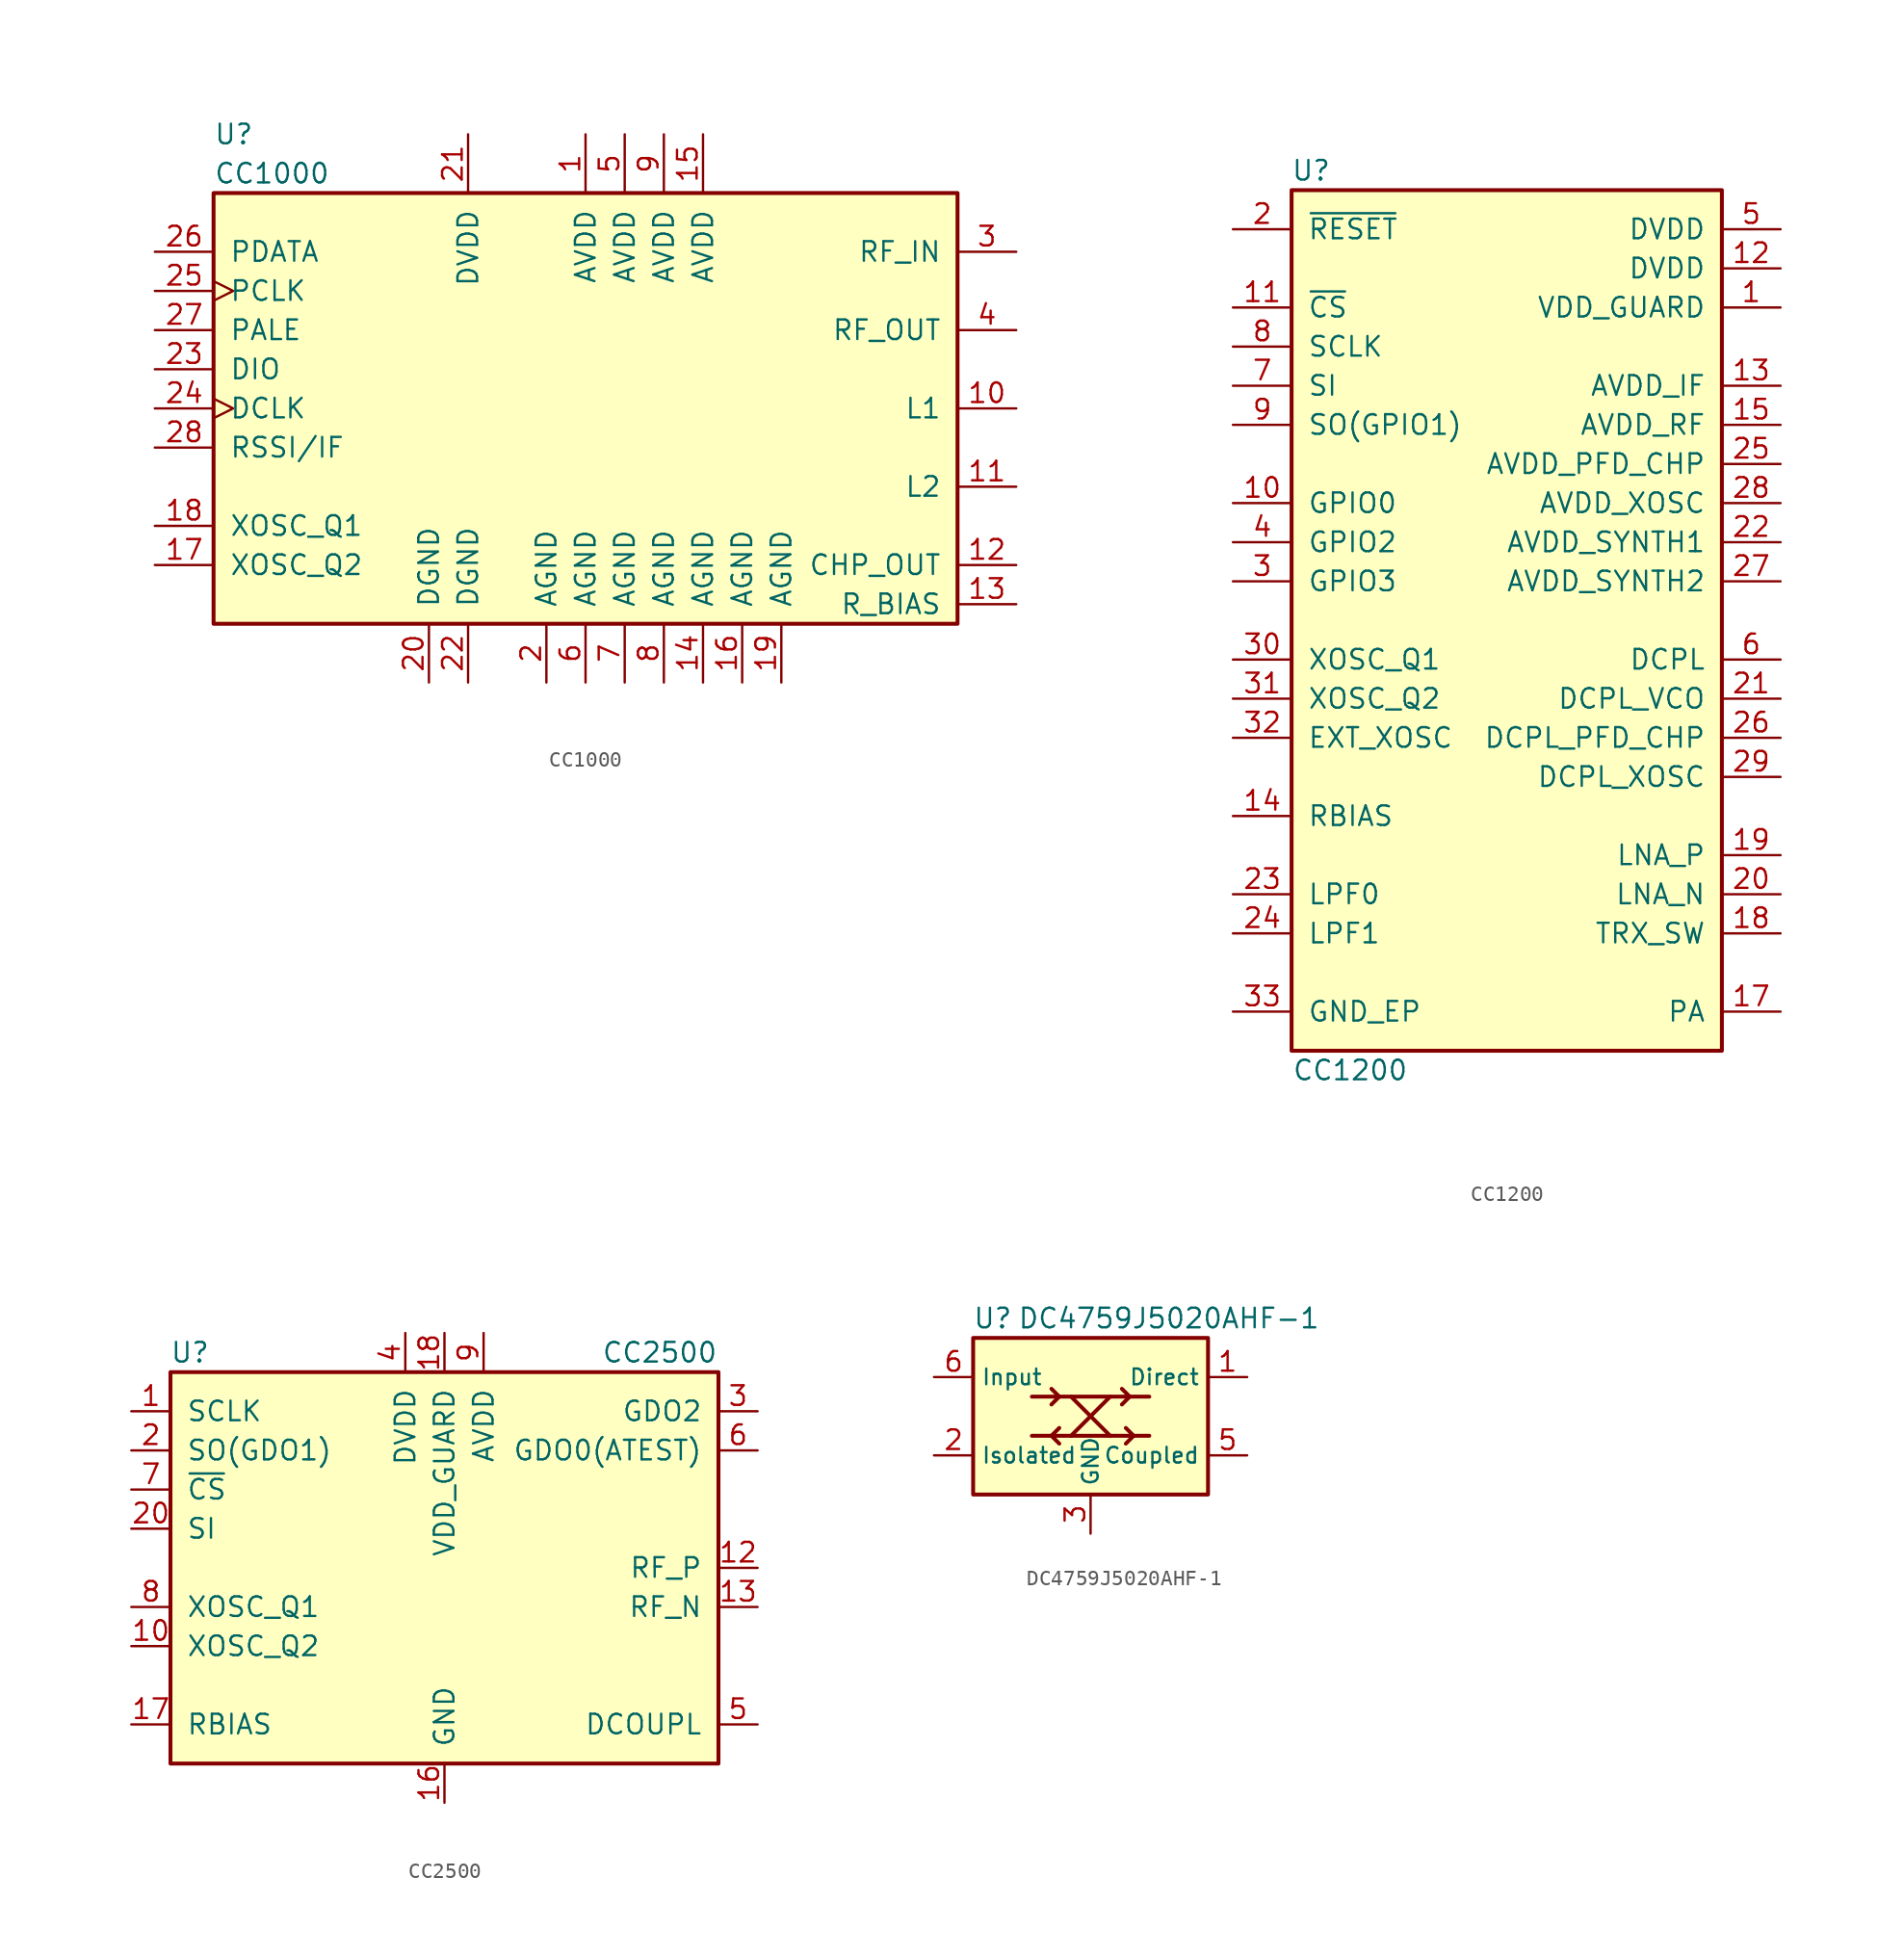
<source format=kicad_sym>
(kicad_symbol_lib
  (version 20241209)
  (generator "kicad_symbol_editor")
  (generator_version "9.0")
  (symbol "CC1000"
    (pin_names
      (offset 1.016))
    (property "Reference" "U"
      (at -24.13 17.78 0)
      (effects (font (size 1.27 1.27)) (justify left)))
    (property "Value" "CC1000"
      (at -24.13 15.24 0)
      (effects (font (size 1.27 1.27)) (justify left)))
    (symbol "CC1000_0_1"
      (rectangle (start -24.13 13.97) (end 24.13 -13.97) (stroke (width 0.254) (type default)) (fill (type background))))
    (symbol "CC1000_1_1"
      (pin bidirectional line (at -27.94 10.16 0) (length 3.81) (name "PDATA" (effects (font (size 1.27 1.27)))) (number "26" (effects (font (size 1.27 1.27)))))
      (pin input clock (at -27.94 7.62 0) (length 3.81) (name "PCLK" (effects (font (size 1.27 1.27)))) (number "25" (effects (font (size 1.27 1.27)))))
      (pin input line (at -27.94 5.08 0) (length 3.81) (name "PALE" (effects (font (size 1.27 1.27)))) (number "27" (effects (font (size 1.27 1.27)))))
      (pin bidirectional line (at -27.94 2.54 0) (length 3.81) (name "DIO" (effects (font (size 1.27 1.27)))) (number "23" (effects (font (size 1.27 1.27)))))
      (pin output clock (at -27.94 0 0) (length 3.81) (name "DCLK" (effects (font (size 1.27 1.27)))) (number "24" (effects (font (size 1.27 1.27)))))
      (pin passive line (at -27.94 -2.54 0) (length 3.81) (name "RSSI/IF" (effects (font (size 1.27 1.27)))) (number "28" (effects (font (size 1.27 1.27)))))
      (pin passive line (at -27.94 -7.62 0) (length 3.81) (name "XOSC_Q1" (effects (font (size 1.27 1.27)))) (number "18" (effects (font (size 1.27 1.27)))))
      (pin passive line (at -27.94 -10.16 0) (length 3.81) (name "XOSC_Q2" (effects (font (size 1.27 1.27)))) (number "17" (effects (font (size 1.27 1.27)))))
      (pin power_in line (at -10.16 -17.78 90) (length 3.81) (name "DGND" (effects (font (size 1.27 1.27)))) (number "20" (effects (font (size 1.27 1.27)))))
      (pin power_in line (at -7.62 17.78 270) (length 3.81) (name "DVDD" (effects (font (size 1.27 1.27)))) (number "21" (effects (font (size 1.27 1.27)))))
      (pin power_in line (at -7.62 -17.78 90) (length 3.81) (name "DGND" (effects (font (size 1.27 1.27)))) (number "22" (effects (font (size 1.27 1.27)))))
      (pin power_in line (at -2.54 -17.78 90) (length 3.81) (name "AGND" (effects (font (size 1.27 1.27)))) (number "2" (effects (font (size 1.27 1.27)))))
      (pin power_in line (at 0 17.78 270) (length 3.81) (name "AVDD" (effects (font (size 1.27 1.27)))) (number "1" (effects (font (size 1.27 1.27)))))
      (pin power_in line (at 0 -17.78 90) (length 3.81) (name "AGND" (effects (font (size 1.27 1.27)))) (number "6" (effects (font (size 1.27 1.27)))))
      (pin power_in line (at 2.54 17.78 270) (length 3.81) (name "AVDD" (effects (font (size 1.27 1.27)))) (number "5" (effects (font (size 1.27 1.27)))))
      (pin power_in line (at 2.54 -17.78 90) (length 3.81) (name "AGND" (effects (font (size 1.27 1.27)))) (number "7" (effects (font (size 1.27 1.27)))))
      (pin power_in line (at 5.08 17.78 270) (length 3.81) (name "AVDD" (effects (font (size 1.27 1.27)))) (number "9" (effects (font (size 1.27 1.27)))))
      (pin power_in line (at 5.08 -17.78 90) (length 3.81) (name "AGND" (effects (font (size 1.27 1.27)))) (number "8" (effects (font (size 1.27 1.27)))))
      (pin power_in line (at 7.62 17.78 270) (length 3.81) (name "AVDD" (effects (font (size 1.27 1.27)))) (number "15" (effects (font (size 1.27 1.27)))))
      (pin power_in line (at 7.62 -17.78 90) (length 3.81) (name "AGND" (effects (font (size 1.27 1.27)))) (number "14" (effects (font (size 1.27 1.27)))))
      (pin power_in line (at 10.16 -17.78 90) (length 3.81) (name "AGND" (effects (font (size 1.27 1.27)))) (number "16" (effects (font (size 1.27 1.27)))))
      (pin power_in line (at 12.7 -17.78 90) (length 3.81) (name "AGND" (effects (font (size 1.27 1.27)))) (number "19" (effects (font (size 1.27 1.27)))))
      (pin passive line (at 27.94 10.16 180) (length 3.81) (name "RF_IN" (effects (font (size 1.27 1.27)))) (number "3" (effects (font (size 1.27 1.27)))))
      (pin passive line (at 27.94 5.08 180) (length 3.81) (name "RF_OUT" (effects (font (size 1.27 1.27)))) (number "4" (effects (font (size 1.27 1.27)))))
      (pin passive line (at 27.94 0 180) (length 3.81) (name "L1" (effects (font (size 1.27 1.27)))) (number "10" (effects (font (size 1.27 1.27)))))
      (pin passive line (at 27.94 -5.08 180) (length 3.81) (name "L2" (effects (font (size 1.27 1.27)))) (number "11" (effects (font (size 1.27 1.27)))))
      (pin passive line (at 27.94 -10.16 180) (length 3.81) (name "CHP_OUT" (effects (font (size 1.27 1.27)))) (number "12" (effects (font (size 1.27 1.27)))))
      (pin passive line (at 27.94 -12.7 180) (length 3.81) (name "R_BIAS" (effects (font (size 1.27 1.27)))) (number "13" (effects (font (size 1.27 1.27)))))))
  (symbol "CC1200"
    (pin_names
      (offset 1.016))
    (property "Reference" "U"
      (at -12.7 29.21 0)
      (effects (font (size 1.27 1.27))))
    (property "Value" "CC1200"
      (at -10.16 -29.21 0)
      (effects (font (size 1.27 1.27))))
    (symbol "CC1200_0_1"
      (rectangle (start -13.97 27.94) (end 13.97 -27.94) (stroke (width 0.254) (type default)) (fill (type background))))
    (symbol "CC1200_1_1"
      (pin input line (at -17.78 25.4 0) (length 3.81) (name "~{RESET}" (effects (font (size 1.27 1.27)))) (number "2" (effects (font (size 1.27 1.27)))))
      (pin input line (at -17.78 20.32 0) (length 3.81) (name "~{CS}" (effects (font (size 1.27 1.27)))) (number "11" (effects (font (size 1.27 1.27)))))
      (pin input line (at -17.78 17.78 0) (length 3.81) (name "SCLK" (effects (font (size 1.27 1.27)))) (number "8" (effects (font (size 1.27 1.27)))))
      (pin input line (at -17.78 15.24 0) (length 3.81) (name "SI" (effects (font (size 1.27 1.27)))) (number "7" (effects (font (size 1.27 1.27)))))
      (pin bidirectional line (at -17.78 12.7 0) (length 3.81) (name "SO(GPIO1)" (effects (font (size 1.27 1.27)))) (number "9" (effects (font (size 1.27 1.27)))))
      (pin bidirectional line (at -17.78 7.62 0) (length 3.81) (name "GPIO0" (effects (font (size 1.27 1.27)))) (number "10" (effects (font (size 1.27 1.27)))))
      (pin bidirectional line (at -17.78 5.08 0) (length 3.81) (name "GPIO2" (effects (font (size 1.27 1.27)))) (number "4" (effects (font (size 1.27 1.27)))))
      (pin bidirectional line (at -17.78 2.54 0) (length 3.81) (name "GPIO3" (effects (font (size 1.27 1.27)))) (number "3" (effects (font (size 1.27 1.27)))))
      (pin passive line (at -17.78 -2.54 0) (length 3.81) (name "XOSC_Q1" (effects (font (size 1.27 1.27)))) (number "30" (effects (font (size 1.27 1.27)))))
      (pin passive line (at -17.78 -5.08 0) (length 3.81) (name "XOSC_Q2" (effects (font (size 1.27 1.27)))) (number "31" (effects (font (size 1.27 1.27)))))
      (pin input line (at -17.78 -7.62 0) (length 3.81) (name "EXT_XOSC" (effects (font (size 1.27 1.27)))) (number "32" (effects (font (size 1.27 1.27)))))
      (pin passive line (at -17.78 -12.7 0) (length 3.81) (name "RBIAS" (effects (font (size 1.27 1.27)))) (number "14" (effects (font (size 1.27 1.27)))))
      (pin passive line (at -17.78 -17.78 0) (length 3.81) (name "LPF0" (effects (font (size 1.27 1.27)))) (number "23" (effects (font (size 1.27 1.27)))))
      (pin passive line (at -17.78 -20.32 0) (length 3.81) (name "LPF1" (effects (font (size 1.27 1.27)))) (number "24" (effects (font (size 1.27 1.27)))))
      (pin power_in line (at -17.78 -25.4 0) (length 3.81) (name "GND_EP" (effects (font (size 1.27 1.27)))) (number "33" (effects (font (size 1.27 1.27)))))
      (pin power_in line (at 17.78 25.4 180) (length 3.81) (name "DVDD" (effects (font (size 1.27 1.27)))) (number "5" (effects (font (size 1.27 1.27)))))
      (pin power_in line (at 17.78 22.86 180) (length 3.81) (name "DVDD" (effects (font (size 1.27 1.27)))) (number "12" (effects (font (size 1.27 1.27)))))
      (pin power_in line (at 17.78 20.32 180) (length 3.81) (name "VDD_GUARD" (effects (font (size 1.27 1.27)))) (number "1" (effects (font (size 1.27 1.27)))))
      (pin power_in line (at 17.78 15.24 180) (length 3.81) (name "AVDD_IF" (effects (font (size 1.27 1.27)))) (number "13" (effects (font (size 1.27 1.27)))))
      (pin power_in line (at 17.78 12.7 180) (length 3.81) (name "AVDD_RF" (effects (font (size 1.27 1.27)))) (number "15" (effects (font (size 1.27 1.27)))))
      (pin power_in line (at 17.78 10.16 180) (length 3.81) (name "AVDD_PFD_CHP" (effects (font (size 1.27 1.27)))) (number "25" (effects (font (size 1.27 1.27)))))
      (pin power_in line (at 17.78 7.62 180) (length 3.81) (name "AVDD_XOSC" (effects (font (size 1.27 1.27)))) (number "28" (effects (font (size 1.27 1.27)))))
      (pin power_in line (at 17.78 5.08 180) (length 3.81) (name "AVDD_SYNTH1" (effects (font (size 1.27 1.27)))) (number "22" (effects (font (size 1.27 1.27)))))
      (pin power_in line (at 17.78 2.54 180) (length 3.81) (name "AVDD_SYNTH2" (effects (font (size 1.27 1.27)))) (number "27" (effects (font (size 1.27 1.27)))))
      (pin power_out line (at 17.78 -2.54 180) (length 3.81) (name "DCPL" (effects (font (size 1.27 1.27)))) (number "6" (effects (font (size 1.27 1.27)))))
      (pin power_out line (at 17.78 -5.08 180) (length 3.81) (name "DCPL_VCO" (effects (font (size 1.27 1.27)))) (number "21" (effects (font (size 1.27 1.27)))))
      (pin power_out line (at 17.78 -7.62 180) (length 3.81) (name "DCPL_PFD_CHP" (effects (font (size 1.27 1.27)))) (number "26" (effects (font (size 1.27 1.27)))))
      (pin power_out line (at 17.78 -10.16 180) (length 3.81) (name "DCPL_XOSC" (effects (font (size 1.27 1.27)))) (number "29" (effects (font (size 1.27 1.27)))))
      (pin passive line (at 17.78 -15.24 180) (length 3.81) (name "LNA_P" (effects (font (size 1.27 1.27)))) (number "19" (effects (font (size 1.27 1.27)))))
      (pin passive line (at 17.78 -17.78 180) (length 3.81) (name "LNA_N" (effects (font (size 1.27 1.27)))) (number "20" (effects (font (size 1.27 1.27)))))
      (pin passive line (at 17.78 -20.32 180) (length 3.81) (name "TRX_SW" (effects (font (size 1.27 1.27)))) (number "18" (effects (font (size 1.27 1.27)))))
      (pin passive line (at 17.78 -25.4 180) (length 3.81) (name "PA" (effects (font (size 1.27 1.27)))) (number "17" (effects (font (size 1.27 1.27)))))))
  (symbol "CC2500"
    (pin_names
      (offset 1.016))
    (property "Reference" "U"
      (at -16.51 13.97 0)
      (effects (font (size 1.27 1.27))))
    (property "Value" "CC2500"
      (at 13.97 13.97 0)
      (effects (font (size 1.27 1.27))))
    (symbol "CC2500_0_1"
      (rectangle (start -17.78 12.7) (end 17.78 -12.7) (stroke (width 0.254) (type default)) (fill (type background))))
    (symbol "CC2500_1_1"
      (pin input line (at -20.32 10.16 0) (length 2.54) (name "SCLK" (effects (font (size 1.27 1.27)))) (number "1" (effects (font (size 1.27 1.27)))))
      (pin bidirectional line (at -20.32 7.62 0) (length 2.54) (name "SO(GDO1)" (effects (font (size 1.27 1.27)))) (number "2" (effects (font (size 1.27 1.27)))))
      (pin input line (at -20.32 5.08 0) (length 2.54) (name "~{CS}" (effects (font (size 1.27 1.27)))) (number "7" (effects (font (size 1.27 1.27)))))
      (pin input line (at -20.32 2.54 0) (length 2.54) (name "SI" (effects (font (size 1.27 1.27)))) (number "20" (effects (font (size 1.27 1.27)))))
      (pin passive line (at -20.32 -2.54 0) (length 2.54) (name "XOSC_Q1" (effects (font (size 1.27 1.27)))) (number "8" (effects (font (size 1.27 1.27)))))
      (pin passive line (at -20.32 -5.08 0) (length 2.54) (name "XOSC_Q2" (effects (font (size 1.27 1.27)))) (number "10" (effects (font (size 1.27 1.27)))))
      (pin passive line (at -20.32 -10.16 0) (length 2.54) (name "RBIAS" (effects (font (size 1.27 1.27)))) (number "17" (effects (font (size 1.27 1.27)))))
      (pin power_in line (at -2.54 15.24 270) (length 2.54) (name "DVDD" (effects (font (size 1.27 1.27)))) (number "4" (effects (font (size 1.27 1.27)))))
      (pin power_in line (at 0 15.24 270) (length 2.54) (name "VDD_GUARD" (effects (font (size 1.27 1.27)))) (number "18" (effects (font (size 1.27 1.27)))))
      (pin power_in line (at 0 -15.24 90) (length 2.54) (name "GND" (effects (font (size 1.27 1.27)))) (number "16" (effects (font (size 1.27 1.27)))))
      (pin passive line (at 0 -15.24 90) (length 2.54) (hide yes) (name "GND" (effects (font (size 1.27 1.27)))) (number "19" (effects (font (size 1.27 1.27)))))
      (pin passive line (at 0 -15.24 90) (length 2.54) (hide yes) (name "GND" (effects (font (size 1.27 1.27)))) (number "21" (effects (font (size 1.27 1.27)))))
      (pin passive line (at 2.54 15.24 270) (length 2.54) (hide yes) (name "AVDD" (effects (font (size 1.27 1.27)))) (number "11" (effects (font (size 1.27 1.27)))))
      (pin passive line (at 2.54 15.24 270) (length 2.54) (hide yes) (name "AVDD" (effects (font (size 1.27 1.27)))) (number "14" (effects (font (size 1.27 1.27)))))
      (pin passive line (at 2.54 15.24 270) (length 2.54) (hide yes) (name "AVDD" (effects (font (size 1.27 1.27)))) (number "15" (effects (font (size 1.27 1.27)))))
      (pin power_in line (at 2.54 15.24 270) (length 2.54) (name "AVDD" (effects (font (size 1.27 1.27)))) (number "9" (effects (font (size 1.27 1.27)))))
      (pin bidirectional line (at 20.32 10.16 180) (length 2.54) (name "GDO2" (effects (font (size 1.27 1.27)))) (number "3" (effects (font (size 1.27 1.27)))))
      (pin bidirectional line (at 20.32 7.62 180) (length 2.54) (name "GDO0(ATEST)" (effects (font (size 1.27 1.27)))) (number "6" (effects (font (size 1.27 1.27)))))
      (pin passive line (at 20.32 0 180) (length 2.54) (name "RF_P" (effects (font (size 1.27 1.27)))) (number "12" (effects (font (size 1.27 1.27)))))
      (pin passive line (at 20.32 -2.54 180) (length 2.54) (name "RF_N" (effects (font (size 1.27 1.27)))) (number "13" (effects (font (size 1.27 1.27)))))
      (pin power_out line (at 20.32 -10.16 180) (length 2.54) (name "DCOUPL" (effects (font (size 1.27 1.27)))) (number "5" (effects (font (size 1.27 1.27)))))))
  (symbol "DC4759J5020AHF-1"
    (property "Reference" "U"
      (at -6.35 6.35 0)
      (effects (font (size 1.27 1.27))))
    (property "Value" "DC4759J5020AHF-1"
      (at 5.08 6.35 0)
      (effects (font (size 1.27 1.27))))
    (symbol "DC4759J5020AHF-1_0_1"
      (rectangle (start -7.62 5.08) (end 7.62 -5.08) (stroke (width 0.254) (type default)) (fill (type background))))
    (symbol "DC4759J5020AHF-1_1_1"
      (polyline (pts (xy -3.81 1.27) (xy 3.81 1.27)) (stroke (width 0.254) (type default)) (fill (type none)))
      (polyline (pts (xy -3.81 -1.27) (xy 3.81 -1.27)) (stroke (width 0.254) (type default)) (fill (type none)))
      (polyline (pts (xy -2.54 1.778) (xy -2.032 1.27)) (stroke (width 0.254) (type default)) (fill (type none)))
      (polyline (pts (xy -2.54 -1.27) (xy -2.032 -1.778)) (stroke (width 0.254) (type default)) (fill (type none)))
      (polyline (pts (xy -2.032 1.27) (xy -2.54 0.762)) (stroke (width 0.254) (type default)) (fill (type none)))
      (polyline (pts (xy -2.032 -0.762) (xy -2.54 -1.27)) (stroke (width 0.254) (type default)) (fill (type none)))
      (polyline (pts (xy -1.27 1.27) (xy 1.27 -1.27)) (stroke (width 0.254) (type default)) (fill (type none)))
      (polyline (pts (xy 1.27 1.27) (xy -1.27 -1.27)) (stroke (width 0.254) (type default)) (fill (type none)))
      (polyline (pts (xy 2.032 1.778) (xy 2.54 1.27)) (stroke (width 0.254) (type default)) (fill (type none)))
      (polyline (pts (xy 2.286 -0.762) (xy 2.794 -1.27)) (stroke (width 0.254) (type default)) (fill (type none)))
      (polyline (pts (xy 2.54 1.27) (xy 2.032 0.762)) (stroke (width 0.254) (type default)) (fill (type none)))
      (polyline (pts (xy 2.794 -1.27) (xy 2.286 -1.778)) (stroke (width 0.254) (type default)) (fill (type none)))
      (pin input line (at -10.16 2.54 0) (length 2.54) (name "Input" (effects (font (size 1.016 1.016)))) (number "6" (effects (font (size 1.27 1.27)))))
      (pin output line (at -10.16 -2.54 0) (length 2.54) (name "Isolated" (effects (font (size 1.016 1.016)))) (number "2" (effects (font (size 1.27 1.27)))))
      (pin power_in line (at 0 -7.62 90) (length 2.54) (name "GND" (effects (font (size 1.016 1.016)))) (number "3" (effects (font (size 1.27 1.27)))))
      (pin passive line (at 0 -7.62 90) (length 2.54) (hide yes) (name "GND" (effects (font (size 1.016 1.016)))) (number "4" (effects (font (size 1.27 1.27)))))
      (pin output line (at 10.16 2.54 180) (length 2.54) (name "Direct" (effects (font (size 1.016 1.016)))) (number "1" (effects (font (size 1.27 1.27)))))
      (pin output line (at 10.16 -2.54 180) (length 2.54) (name "Coupled" (effects (font (size 1.016 1.016)))) (number "5" (effects (font (size 1.27 1.27))))))))
</source>
